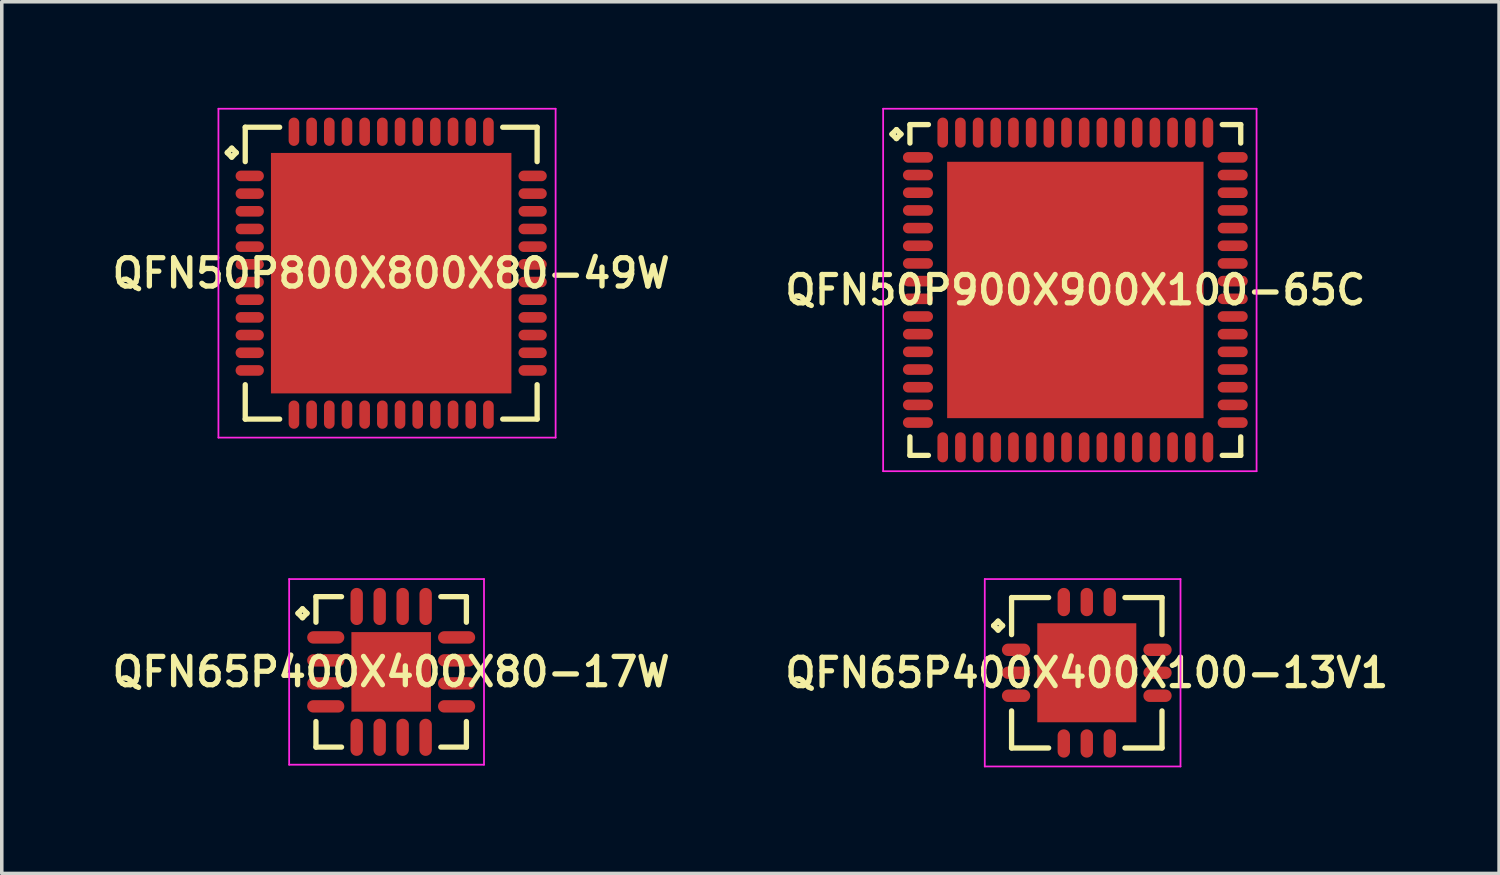
<source format=kicad_pcb>
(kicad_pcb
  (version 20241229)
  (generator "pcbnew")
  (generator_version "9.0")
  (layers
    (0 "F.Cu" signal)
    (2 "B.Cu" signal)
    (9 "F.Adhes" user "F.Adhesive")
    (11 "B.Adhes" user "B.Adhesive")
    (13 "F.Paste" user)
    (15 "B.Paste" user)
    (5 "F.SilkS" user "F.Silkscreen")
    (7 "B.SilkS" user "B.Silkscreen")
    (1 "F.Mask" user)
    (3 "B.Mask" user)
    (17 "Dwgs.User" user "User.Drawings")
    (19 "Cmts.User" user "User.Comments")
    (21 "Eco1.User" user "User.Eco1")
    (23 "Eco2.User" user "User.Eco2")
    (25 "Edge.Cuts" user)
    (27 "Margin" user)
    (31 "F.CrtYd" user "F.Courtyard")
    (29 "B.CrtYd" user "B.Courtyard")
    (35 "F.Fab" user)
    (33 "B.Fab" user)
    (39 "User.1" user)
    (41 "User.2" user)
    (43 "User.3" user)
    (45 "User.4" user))
  (footprint "QFN65P400X400X80-17W"
    (layer "F.Cu")
    (at 8.012 15.95)
    (property "Reference" "QFN65P400X400X80-17W" (at 0 0 0) (layer "F.SilkS") (effects (font (size 0.8 0.8) (thickness 0.15))))
    (attr smd)
    (fp_line (start -2.635 -1.658) (end -2.508 -1.785) (stroke (width 0.15) (type solid)) (layer "F.SilkS"))
    (fp_line (start -2.508 -1.785) (end -2.381 -1.658) (stroke (width 0.15) (type solid)) (layer "F.SilkS"))
    (fp_line (start -2.508 -1.531) (end -2.635 -1.658) (stroke (width 0.15) (type solid)) (layer "F.SilkS"))
    (fp_line (start -2.381 -1.658) (end -2.508 -1.531) (stroke (width 0.15) (type solid)) (layer "F.SilkS"))
    (fp_line (start -2.127 -2.127) (end -1.404 -2.127) (stroke (width 0.15) (type solid)) (layer "F.SilkS"))
    (fp_line (start -2.127 -1.404) (end -2.127 -2.127) (stroke (width 0.15) (type solid)) (layer "F.SilkS"))
    (fp_line (start -2.127 1.404) (end -2.127 2.127) (stroke (width 0.15) (type solid)) (layer "F.SilkS"))
    (fp_line (start -2.127 2.127) (end -1.404 2.127) (stroke (width 0.15) (type solid)) (layer "F.SilkS"))
    (fp_line (start 1.404 -2.127) (end 2.127 -2.127) (stroke (width 0.15) (type solid)) (layer "F.SilkS"))
    (fp_line (start 1.404 2.127) (end 2.127 2.127) (stroke (width 0.15) (type solid)) (layer "F.SilkS"))
    (fp_line (start 2.127 -2.127) (end 2.127 -1.404) (stroke (width 0.15) (type solid)) (layer "F.SilkS"))
    (fp_line (start 2.127 2.127) (end 2.127 1.404) (stroke (width 0.15) (type solid)) (layer "F.SilkS"))
    (fp_line (start -2.885 -2.625) (end 2.625 -2.625) (stroke (width 0.05) (type solid)) (layer "F.CrtYd"))
    (fp_line (start -2.885 2.625) (end -2.885 -2.625) (stroke (width 0.05) (type solid)) (layer "F.CrtYd"))
    (fp_line (start 2.625 -2.625) (end 2.625 2.625) (stroke (width 0.05) (type solid)) (layer "F.CrtYd"))
    (fp_line (start 2.625 2.625) (end -2.885 2.625) (stroke (width 0.05) (type solid)) (layer "F.CrtYd"))
    (pad "1" smd oval (at -1.85 -0.975) (size 1.05 0.35) (layers "F.Cu" "F.Mask" "F.Paste"))
    (pad "2" smd oval (at -1.85 -0.325) (size 1.05 0.35) (layers "F.Cu" "F.Mask" "F.Paste"))
    (pad "3" smd oval (at -1.85 0.325) (size 1.05 0.35) (layers "F.Cu" "F.Mask" "F.Paste"))
    (pad "4" smd oval (at -1.85 0.975) (size 1.05 0.35) (layers "F.Cu" "F.Mask" "F.Paste"))
    (pad "5" smd oval (at -0.975 1.85) (size 0.35 1.05) (layers "F.Cu" "F.Mask" "F.Paste"))
    (pad "6" smd oval (at -0.325 1.85) (size 0.35 1.05) (layers "F.Cu" "F.Mask" "F.Paste"))
    (pad "7" smd oval (at 0.325 1.85) (size 0.35 1.05) (layers "F.Cu" "F.Mask" "F.Paste"))
    (pad "8" smd oval (at 0.975 1.85) (size 0.35 1.05) (layers "F.Cu" "F.Mask" "F.Paste"))
    (pad "9" smd oval (at 1.85 0.975) (size 1.05 0.35) (layers "F.Cu" "F.Mask" "F.Paste"))
    (pad "10" smd oval (at 1.85 0.325) (size 1.05 0.35) (layers "F.Cu" "F.Mask" "F.Paste"))
    (pad "11" smd oval (at 1.85 -0.325) (size 1.05 0.35) (layers "F.Cu" "F.Mask" "F.Paste"))
    (pad "12" smd oval (at 1.85 -0.975) (size 1.05 0.35) (layers "F.Cu" "F.Mask" "F.Paste"))
    (pad "13" smd oval (at 0.975 -1.85) (size 0.35 1.05) (layers "F.Cu" "F.Mask" "F.Paste"))
    (pad "14" smd oval (at 0.325 -1.85) (size 0.35 1.05) (layers "F.Cu" "F.Mask" "F.Paste"))
    (pad "15" smd oval (at -0.325 -1.85) (size 0.35 1.05) (layers "F.Cu" "F.Mask" "F.Paste"))
    (pad "16" smd oval (at -0.975 -1.85) (size 0.35 1.05) (layers "F.Cu" "F.Mask" "F.Paste"))
    (pad "17" smd rect (at 0 0) (size 2.25 2.25) (layers "F.Cu" "F.Mask" "F.Paste")))
  (footprint "QFN65P400X400X100-13V1"
    (layer "F.Cu")
    (at 27.683 15.975)
    (property "Reference" "QFN65P400X400X100-13V1" (at 0 0 0) (layer "F.SilkS") (effects (font (size 0.8 0.8) (thickness 0.15))))
    (attr smd)
    (fp_line (start -2.635 -1.333) (end -2.508 -1.46) (stroke (width 0.15) (type solid)) (layer "F.SilkS"))
    (fp_line (start -2.508 -1.46) (end -2.381 -1.333) (stroke (width 0.15) (type solid)) (layer "F.SilkS"))
    (fp_line (start -2.508 -1.206) (end -2.635 -1.333) (stroke (width 0.15) (type solid)) (layer "F.SilkS"))
    (fp_line (start -2.381 -1.333) (end -2.508 -1.206) (stroke (width 0.15) (type solid)) (layer "F.SilkS"))
    (fp_line (start -2.127 -2.127) (end -1.079 -2.127) (stroke (width 0.15) (type solid)) (layer "F.SilkS"))
    (fp_line (start -2.127 -1.079) (end -2.127 -2.127) (stroke (width 0.15) (type solid)) (layer "F.SilkS"))
    (fp_line (start -2.127 1.079) (end -2.127 2.127) (stroke (width 0.15) (type solid)) (layer "F.SilkS"))
    (fp_line (start -2.127 2.127) (end -1.079 2.127) (stroke (width 0.15) (type solid)) (layer "F.SilkS"))
    (fp_line (start 1.079 -2.127) (end 2.127 -2.127) (stroke (width 0.15) (type solid)) (layer "F.SilkS"))
    (fp_line (start 1.079 2.127) (end 2.127 2.127) (stroke (width 0.15) (type solid)) (layer "F.SilkS"))
    (fp_line (start 2.127 -2.127) (end 2.127 -1.079) (stroke (width 0.15) (type solid)) (layer "F.SilkS"))
    (fp_line (start 2.127 2.127) (end 2.127 1.079) (stroke (width 0.15) (type solid)) (layer "F.SilkS"))
    (fp_line (start -2.885 -2.65) (end 2.65 -2.65) (stroke (width 0.05) (type solid)) (layer "F.CrtYd"))
    (fp_line (start -2.885 2.65) (end -2.885 -2.65) (stroke (width 0.05) (type solid)) (layer "F.CrtYd"))
    (fp_line (start 2.65 -2.65) (end 2.65 2.65) (stroke (width 0.05) (type solid)) (layer "F.CrtYd"))
    (fp_line (start 2.65 2.65) (end -2.885 2.65) (stroke (width 0.05) (type solid)) (layer "F.CrtYd"))
    (pad "1" smd oval (at -2 -0.65) (size 0.8 0.35) (layers "F.Cu" "F.Mask" "F.Paste"))
    (pad "2" smd oval (at -2 0) (size 0.8 0.35) (layers "F.Cu" "F.Mask" "F.Paste"))
    (pad "3" smd oval (at -2 0.65) (size 0.8 0.35) (layers "F.Cu" "F.Mask" "F.Paste"))
    (pad "4" smd oval (at -0.65 2) (size 0.35 0.8) (layers "F.Cu" "F.Mask" "F.Paste"))
    (pad "5" smd oval (at 0 2) (size 0.35 0.8) (layers "F.Cu" "F.Mask" "F.Paste"))
    (pad "6" smd oval (at 0.65 2) (size 0.35 0.8) (layers "F.Cu" "F.Mask" "F.Paste"))
    (pad "7" smd oval (at 2 0.65) (size 0.8 0.35) (layers "F.Cu" "F.Mask" "F.Paste"))
    (pad "8" smd oval (at 2 0) (size 0.8 0.35) (layers "F.Cu" "F.Mask" "F.Paste"))
    (pad "9" smd oval (at 2 -0.65) (size 0.8 0.35) (layers "F.Cu" "F.Mask" "F.Paste"))
    (pad "10" smd oval (at 0.65 -2) (size 0.35 0.8) (layers "F.Cu" "F.Mask" "F.Paste"))
    (pad "11" smd oval (at 0 -2) (size 0.35 0.8) (layers "F.Cu" "F.Mask" "F.Paste"))
    (pad "12" smd oval (at -0.65 -2) (size 0.35 0.8) (layers "F.Cu" "F.Mask" "F.Paste"))
    (pad "13" smd rect (at 0 0) (size 2.8 2.8) (layers "F.Cu" "F.Mask" "F.Paste")))
  (footprint "QFN50P900X900X100-65C"
    (layer "F.Cu")
    (at 27.359 5.15)
    (property "Reference" "QFN50P900X900X100-65C" (at 0 0 0) (layer "F.SilkS") (effects (font (size 0.8 0.8) (thickness 0.15))))
    (attr smd)
    (fp_line (start -5.185 -4.408) (end -5.058 -4.535) (stroke (width 0.15) (type solid)) (layer "F.SilkS"))
    (fp_line (start -5.058 -4.535) (end -4.931 -4.408) (stroke (width 0.15) (type solid)) (layer "F.SilkS"))
    (fp_line (start -5.058 -4.281) (end -5.185 -4.408) (stroke (width 0.15) (type solid)) (layer "F.SilkS"))
    (fp_line (start -4.931 -4.408) (end -5.058 -4.281) (stroke (width 0.15) (type solid)) (layer "F.SilkS"))
    (fp_line (start -4.677 -4.677) (end -4.154 -4.677) (stroke (width 0.15) (type solid)) (layer "F.SilkS"))
    (fp_line (start -4.677 -4.154) (end -4.677 -4.677) (stroke (width 0.15) (type solid)) (layer "F.SilkS"))
    (fp_line (start -4.677 4.154) (end -4.677 4.677) (stroke (width 0.15) (type solid)) (layer "F.SilkS"))
    (fp_line (start -4.677 4.677) (end -4.154 4.677) (stroke (width 0.15) (type solid)) (layer "F.SilkS"))
    (fp_line (start 4.154 -4.677) (end 4.677 -4.677) (stroke (width 0.15) (type solid)) (layer "F.SilkS"))
    (fp_line (start 4.154 4.677) (end 4.677 4.677) (stroke (width 0.15) (type solid)) (layer "F.SilkS"))
    (fp_line (start 4.677 -4.677) (end 4.677 -4.154) (stroke (width 0.15) (type solid)) (layer "F.SilkS"))
    (fp_line (start 4.677 4.677) (end 4.677 4.154) (stroke (width 0.15) (type solid)) (layer "F.SilkS"))
    (fp_line (start -5.435 -5.125) (end 5.125 -5.125) (stroke (width 0.05) (type solid)) (layer "F.CrtYd"))
    (fp_line (start -5.435 5.125) (end -5.435 -5.125) (stroke (width 0.05) (type solid)) (layer "F.CrtYd"))
    (fp_line (start 5.125 -5.125) (end 5.125 5.125) (stroke (width 0.05) (type solid)) (layer "F.CrtYd"))
    (fp_line (start 5.125 5.125) (end -5.435 5.125) (stroke (width 0.05) (type solid)) (layer "F.CrtYd"))
    (pad "1" smd oval (at -4.45 -3.75) (size 0.85 0.3) (layers "F.Cu" "F.Mask" "F.Paste"))
    (pad "2" smd oval (at -4.45 -3.25) (size 0.85 0.3) (layers "F.Cu" "F.Mask" "F.Paste"))
    (pad "3" smd oval (at -4.45 -2.75) (size 0.85 0.3) (layers "F.Cu" "F.Mask" "F.Paste"))
    (pad "4" smd oval (at -4.45 -2.25) (size 0.85 0.3) (layers "F.Cu" "F.Mask" "F.Paste"))
    (pad "5" smd oval (at -4.45 -1.75) (size 0.85 0.3) (layers "F.Cu" "F.Mask" "F.Paste"))
    (pad "6" smd oval (at -4.45 -1.25) (size 0.85 0.3) (layers "F.Cu" "F.Mask" "F.Paste"))
    (pad "7" smd oval (at -4.45 -0.75) (size 0.85 0.3) (layers "F.Cu" "F.Mask" "F.Paste"))
    (pad "8" smd oval (at -4.45 -0.25) (size 0.85 0.3) (layers "F.Cu" "F.Mask" "F.Paste"))
    (pad "9" smd oval (at -4.45 0.25) (size 0.85 0.3) (layers "F.Cu" "F.Mask" "F.Paste"))
    (pad "10" smd oval (at -4.45 0.75) (size 0.85 0.3) (layers "F.Cu" "F.Mask" "F.Paste"))
    (pad "11" smd oval (at -4.45 1.25) (size 0.85 0.3) (layers "F.Cu" "F.Mask" "F.Paste"))
    (pad "12" smd oval (at -4.45 1.75) (size 0.85 0.3) (layers "F.Cu" "F.Mask" "F.Paste"))
    (pad "13" smd oval (at -4.45 2.25) (size 0.85 0.3) (layers "F.Cu" "F.Mask" "F.Paste"))
    (pad "14" smd oval (at -4.45 2.75) (size 0.85 0.3) (layers "F.Cu" "F.Mask" "F.Paste"))
    (pad "15" smd oval (at -4.45 3.25) (size 0.85 0.3) (layers "F.Cu" "F.Mask" "F.Paste"))
    (pad "16" smd oval (at -4.45 3.75) (size 0.85 0.3) (layers "F.Cu" "F.Mask" "F.Paste"))
    (pad "17" smd oval (at -3.75 4.45) (size 0.3 0.85) (layers "F.Cu" "F.Mask" "F.Paste"))
    (pad "18" smd oval (at -3.25 4.45) (size 0.3 0.85) (layers "F.Cu" "F.Mask" "F.Paste"))
    (pad "19" smd oval (at -2.75 4.45) (size 0.3 0.85) (layers "F.Cu" "F.Mask" "F.Paste"))
    (pad "20" smd oval (at -2.25 4.45) (size 0.3 0.85) (layers "F.Cu" "F.Mask" "F.Paste"))
    (pad "21" smd oval (at -1.75 4.45) (size 0.3 0.85) (layers "F.Cu" "F.Mask" "F.Paste"))
    (pad "22" smd oval (at -1.25 4.45) (size 0.3 0.85) (layers "F.Cu" "F.Mask" "F.Paste"))
    (pad "23" smd oval (at -0.75 4.45) (size 0.3 0.85) (layers "F.Cu" "F.Mask" "F.Paste"))
    (pad "24" smd oval (at -0.25 4.45) (size 0.3 0.85) (layers "F.Cu" "F.Mask" "F.Paste"))
    (pad "25" smd oval (at 0.25 4.45) (size 0.3 0.85) (layers "F.Cu" "F.Mask" "F.Paste"))
    (pad "26" smd oval (at 0.75 4.45) (size 0.3 0.85) (layers "F.Cu" "F.Mask" "F.Paste"))
    (pad "27" smd oval (at 1.25 4.45) (size 0.3 0.85) (layers "F.Cu" "F.Mask" "F.Paste"))
    (pad "28" smd oval (at 1.75 4.45) (size 0.3 0.85) (layers "F.Cu" "F.Mask" "F.Paste"))
    (pad "29" smd oval (at 2.25 4.45) (size 0.3 0.85) (layers "F.Cu" "F.Mask" "F.Paste"))
    (pad "30" smd oval (at 2.75 4.45) (size 0.3 0.85) (layers "F.Cu" "F.Mask" "F.Paste"))
    (pad "31" smd oval (at 3.25 4.45) (size 0.3 0.85) (layers "F.Cu" "F.Mask" "F.Paste"))
    (pad "32" smd oval (at 3.75 4.45) (size 0.3 0.85) (layers "F.Cu" "F.Mask" "F.Paste"))
    (pad "33" smd oval (at 4.45 3.75) (size 0.85 0.3) (layers "F.Cu" "F.Mask" "F.Paste"))
    (pad "34" smd oval (at 4.45 3.25) (size 0.85 0.3) (layers "F.Cu" "F.Mask" "F.Paste"))
    (pad "35" smd oval (at 4.45 2.75) (size 0.85 0.3) (layers "F.Cu" "F.Mask" "F.Paste"))
    (pad "36" smd oval (at 4.45 2.25) (size 0.85 0.3) (layers "F.Cu" "F.Mask" "F.Paste"))
    (pad "37" smd oval (at 4.45 1.75) (size 0.85 0.3) (layers "F.Cu" "F.Mask" "F.Paste"))
    (pad "38" smd oval (at 4.45 1.25) (size 0.85 0.3) (layers "F.Cu" "F.Mask" "F.Paste"))
    (pad "39" smd oval (at 4.45 0.75) (size 0.85 0.3) (layers "F.Cu" "F.Mask" "F.Paste"))
    (pad "40" smd oval (at 4.45 0.25) (size 0.85 0.3) (layers "F.Cu" "F.Mask" "F.Paste"))
    (pad "41" smd oval (at 4.45 -0.25) (size 0.85 0.3) (layers "F.Cu" "F.Mask" "F.Paste"))
    (pad "42" smd oval (at 4.45 -0.75) (size 0.85 0.3) (layers "F.Cu" "F.Mask" "F.Paste"))
    (pad "43" smd oval (at 4.45 -1.25) (size 0.85 0.3) (layers "F.Cu" "F.Mask" "F.Paste"))
    (pad "44" smd oval (at 4.45 -1.75) (size 0.85 0.3) (layers "F.Cu" "F.Mask" "F.Paste"))
    (pad "45" smd oval (at 4.45 -2.25) (size 0.85 0.3) (layers "F.Cu" "F.Mask" "F.Paste"))
    (pad "46" smd oval (at 4.45 -2.75) (size 0.85 0.3) (layers "F.Cu" "F.Mask" "F.Paste"))
    (pad "47" smd oval (at 4.45 -3.25) (size 0.85 0.3) (layers "F.Cu" "F.Mask" "F.Paste"))
    (pad "48" smd oval (at 4.45 -3.75) (size 0.85 0.3) (layers "F.Cu" "F.Mask" "F.Paste"))
    (pad "49" smd oval (at 3.75 -4.45) (size 0.3 0.85) (layers "F.Cu" "F.Mask" "F.Paste"))
    (pad "50" smd oval (at 3.25 -4.45) (size 0.3 0.85) (layers "F.Cu" "F.Mask" "F.Paste"))
    (pad "51" smd oval (at 2.75 -4.45) (size 0.3 0.85) (layers "F.Cu" "F.Mask" "F.Paste"))
    (pad "52" smd oval (at 2.25 -4.45) (size 0.3 0.85) (layers "F.Cu" "F.Mask" "F.Paste"))
    (pad "53" smd oval (at 1.75 -4.45) (size 0.3 0.85) (layers "F.Cu" "F.Mask" "F.Paste"))
    (pad "54" smd oval (at 1.25 -4.45) (size 0.3 0.85) (layers "F.Cu" "F.Mask" "F.Paste"))
    (pad "55" smd oval (at 0.75 -4.45) (size 0.3 0.85) (layers "F.Cu" "F.Mask" "F.Paste"))
    (pad "56" smd oval (at 0.25 -4.45) (size 0.3 0.85) (layers "F.Cu" "F.Mask" "F.Paste"))
    (pad "57" smd oval (at -0.25 -4.45) (size 0.3 0.85) (layers "F.Cu" "F.Mask" "F.Paste"))
    (pad "58" smd oval (at -0.75 -4.45) (size 0.3 0.85) (layers "F.Cu" "F.Mask" "F.Paste"))
    (pad "59" smd oval (at -1.25 -4.45) (size 0.3 0.85) (layers "F.Cu" "F.Mask" "F.Paste"))
    (pad "60" smd oval (at -1.75 -4.45) (size 0.3 0.85) (layers "F.Cu" "F.Mask" "F.Paste"))
    (pad "61" smd oval (at -2.25 -4.45) (size 0.3 0.85) (layers "F.Cu" "F.Mask" "F.Paste"))
    (pad "62" smd oval (at -2.75 -4.45) (size 0.3 0.85) (layers "F.Cu" "F.Mask" "F.Paste"))
    (pad "63" smd oval (at -3.25 -4.45) (size 0.3 0.85) (layers "F.Cu" "F.Mask" "F.Paste"))
    (pad "64" smd oval (at -3.75 -4.45) (size 0.3 0.85) (layers "F.Cu" "F.Mask" "F.Paste"))
    (pad "65" smd rect (at 0 0) (size 7.25 7.25) (layers "F.Cu" "F.Mask" "F.Paste")))
  (footprint "QFN50P800X800X80-49W"
    (layer "F.Cu")
    (at 8.012 4.675)
    (property "Reference" "QFN50P800X800X80-49W" (at 0 0 0) (layer "F.SilkS") (effects (font (size 0.8 0.8) (thickness 0.15))))
    (attr smd)
    (fp_line (start -4.635 -3.408) (end -4.508 -3.535) (stroke (width 0.15) (type solid)) (layer "F.SilkS"))
    (fp_line (start -4.508 -3.535) (end -4.381 -3.408) (stroke (width 0.15) (type solid)) (layer "F.SilkS"))
    (fp_line (start -4.508 -3.281) (end -4.635 -3.408) (stroke (width 0.15) (type solid)) (layer "F.SilkS"))
    (fp_line (start -4.381 -3.408) (end -4.508 -3.281) (stroke (width 0.15) (type solid)) (layer "F.SilkS"))
    (fp_line (start -4.127 -4.127) (end -3.154 -4.127) (stroke (width 0.15) (type solid)) (layer "F.SilkS"))
    (fp_line (start -4.127 -3.154) (end -4.127 -4.127) (stroke (width 0.15) (type solid)) (layer "F.SilkS"))
    (fp_line (start -4.127 3.154) (end -4.127 4.127) (stroke (width 0.15) (type solid)) (layer "F.SilkS"))
    (fp_line (start -4.127 4.127) (end -3.154 4.127) (stroke (width 0.15) (type solid)) (layer "F.SilkS"))
    (fp_line (start 3.154 -4.127) (end 4.127 -4.127) (stroke (width 0.15) (type solid)) (layer "F.SilkS"))
    (fp_line (start 3.154 4.127) (end 4.127 4.127) (stroke (width 0.15) (type solid)) (layer "F.SilkS"))
    (fp_line (start 4.127 -4.127) (end 4.127 -3.154) (stroke (width 0.15) (type solid)) (layer "F.SilkS"))
    (fp_line (start 4.127 4.127) (end 4.127 3.154) (stroke (width 0.15) (type solid)) (layer "F.SilkS"))
    (fp_line (start -4.885 -4.65) (end 4.65 -4.65) (stroke (width 0.05) (type solid)) (layer "F.CrtYd"))
    (fp_line (start -4.885 4.65) (end -4.885 -4.65) (stroke (width 0.05) (type solid)) (layer "F.CrtYd"))
    (fp_line (start 4.65 -4.65) (end 4.65 4.65) (stroke (width 0.05) (type solid)) (layer "F.CrtYd"))
    (fp_line (start 4.65 4.65) (end -4.885 4.65) (stroke (width 0.05) (type solid)) (layer "F.CrtYd"))
    (pad "1" smd oval (at -4 -2.75) (size 0.8 0.3) (layers "F.Cu" "F.Mask" "F.Paste"))
    (pad "2" smd oval (at -4 -2.25) (size 0.8 0.3) (layers "F.Cu" "F.Mask" "F.Paste"))
    (pad "3" smd oval (at -4 -1.75) (size 0.8 0.3) (layers "F.Cu" "F.Mask" "F.Paste"))
    (pad "4" smd oval (at -4 -1.25) (size 0.8 0.3) (layers "F.Cu" "F.Mask" "F.Paste"))
    (pad "5" smd oval (at -4 -0.75) (size 0.8 0.3) (layers "F.Cu" "F.Mask" "F.Paste"))
    (pad "6" smd oval (at -4 -0.25) (size 0.8 0.3) (layers "F.Cu" "F.Mask" "F.Paste"))
    (pad "7" smd oval (at -4 0.25) (size 0.8 0.3) (layers "F.Cu" "F.Mask" "F.Paste"))
    (pad "8" smd oval (at -4 0.75) (size 0.8 0.3) (layers "F.Cu" "F.Mask" "F.Paste"))
    (pad "9" smd oval (at -4 1.25) (size 0.8 0.3) (layers "F.Cu" "F.Mask" "F.Paste"))
    (pad "10" smd oval (at -4 1.75) (size 0.8 0.3) (layers "F.Cu" "F.Mask" "F.Paste"))
    (pad "11" smd oval (at -4 2.25) (size 0.8 0.3) (layers "F.Cu" "F.Mask" "F.Paste"))
    (pad "12" smd oval (at -4 2.75) (size 0.8 0.3) (layers "F.Cu" "F.Mask" "F.Paste"))
    (pad "13" smd oval (at -2.75 4) (size 0.3 0.8) (layers "F.Cu" "F.Mask" "F.Paste"))
    (pad "14" smd oval (at -2.25 4) (size 0.3 0.8) (layers "F.Cu" "F.Mask" "F.Paste"))
    (pad "15" smd oval (at -1.75 4) (size 0.3 0.8) (layers "F.Cu" "F.Mask" "F.Paste"))
    (pad "16" smd oval (at -1.25 4) (size 0.3 0.8) (layers "F.Cu" "F.Mask" "F.Paste"))
    (pad "17" smd oval (at -0.75 4) (size 0.3 0.8) (layers "F.Cu" "F.Mask" "F.Paste"))
    (pad "18" smd oval (at -0.25 4) (size 0.3 0.8) (layers "F.Cu" "F.Mask" "F.Paste"))
    (pad "19" smd oval (at 0.25 4) (size 0.3 0.8) (layers "F.Cu" "F.Mask" "F.Paste"))
    (pad "20" smd oval (at 0.75 4) (size 0.3 0.8) (layers "F.Cu" "F.Mask" "F.Paste"))
    (pad "21" smd oval (at 1.25 4) (size 0.3 0.8) (layers "F.Cu" "F.Mask" "F.Paste"))
    (pad "22" smd oval (at 1.75 4) (size 0.3 0.8) (layers "F.Cu" "F.Mask" "F.Paste"))
    (pad "23" smd oval (at 2.25 4) (size 0.3 0.8) (layers "F.Cu" "F.Mask" "F.Paste"))
    (pad "24" smd oval (at 2.75 4) (size 0.3 0.8) (layers "F.Cu" "F.Mask" "F.Paste"))
    (pad "25" smd oval (at 4 2.75) (size 0.8 0.3) (layers "F.Cu" "F.Mask" "F.Paste"))
    (pad "26" smd oval (at 4 2.25) (size 0.8 0.3) (layers "F.Cu" "F.Mask" "F.Paste"))
    (pad "27" smd oval (at 4 1.75) (size 0.8 0.3) (layers "F.Cu" "F.Mask" "F.Paste"))
    (pad "28" smd oval (at 4 1.25) (size 0.8 0.3) (layers "F.Cu" "F.Mask" "F.Paste"))
    (pad "29" smd oval (at 4 0.75) (size 0.8 0.3) (layers "F.Cu" "F.Mask" "F.Paste"))
    (pad "30" smd oval (at 4 0.25) (size 0.8 0.3) (layers "F.Cu" "F.Mask" "F.Paste"))
    (pad "31" smd oval (at 4 -0.25) (size 0.8 0.3) (layers "F.Cu" "F.Mask" "F.Paste"))
    (pad "32" smd oval (at 4 -0.75) (size 0.8 0.3) (layers "F.Cu" "F.Mask" "F.Paste"))
    (pad "33" smd oval (at 4 -1.25) (size 0.8 0.3) (layers "F.Cu" "F.Mask" "F.Paste"))
    (pad "34" smd oval (at 4 -1.75) (size 0.8 0.3) (layers "F.Cu" "F.Mask" "F.Paste"))
    (pad "35" smd oval (at 4 -2.25) (size 0.8 0.3) (layers "F.Cu" "F.Mask" "F.Paste"))
    (pad "36" smd oval (at 4 -2.75) (size 0.8 0.3) (layers "F.Cu" "F.Mask" "F.Paste"))
    (pad "37" smd oval (at 2.75 -4) (size 0.3 0.8) (layers "F.Cu" "F.Mask" "F.Paste"))
    (pad "38" smd oval (at 2.25 -4) (size 0.3 0.8) (layers "F.Cu" "F.Mask" "F.Paste"))
    (pad "39" smd oval (at 1.75 -4) (size 0.3 0.8) (layers "F.Cu" "F.Mask" "F.Paste"))
    (pad "40" smd oval (at 1.25 -4) (size 0.3 0.8) (layers "F.Cu" "F.Mask" "F.Paste"))
    (pad "41" smd oval (at 0.75 -4) (size 0.3 0.8) (layers "F.Cu" "F.Mask" "F.Paste"))
    (pad "42" smd oval (at 0.25 -4) (size 0.3 0.8) (layers "F.Cu" "F.Mask" "F.Paste"))
    (pad "43" smd oval (at -0.25 -4) (size 0.3 0.8) (layers "F.Cu" "F.Mask" "F.Paste"))
    (pad "44" smd oval (at -0.75 -4) (size 0.3 0.8) (layers "F.Cu" "F.Mask" "F.Paste"))
    (pad "45" smd oval (at -1.25 -4) (size 0.3 0.8) (layers "F.Cu" "F.Mask" "F.Paste"))
    (pad "46" smd oval (at -1.75 -4) (size 0.3 0.8) (layers "F.Cu" "F.Mask" "F.Paste"))
    (pad "47" smd oval (at -2.25 -4) (size 0.3 0.8) (layers "F.Cu" "F.Mask" "F.Paste"))
    (pad "48" smd oval (at -2.75 -4) (size 0.3 0.8) (layers "F.Cu" "F.Mask" "F.Paste"))
    (pad "49" smd rect (at 0 0) (size 6.8 6.8) (layers "F.Cu" "F.Mask" "F.Paste")))
  (gr_rect
    (start -3 -3)
    (end 39.342 21.65)
    (stroke (width 0.1) (type default))
    (fill no)
    (layer "Edge.Cuts")))
</source>
